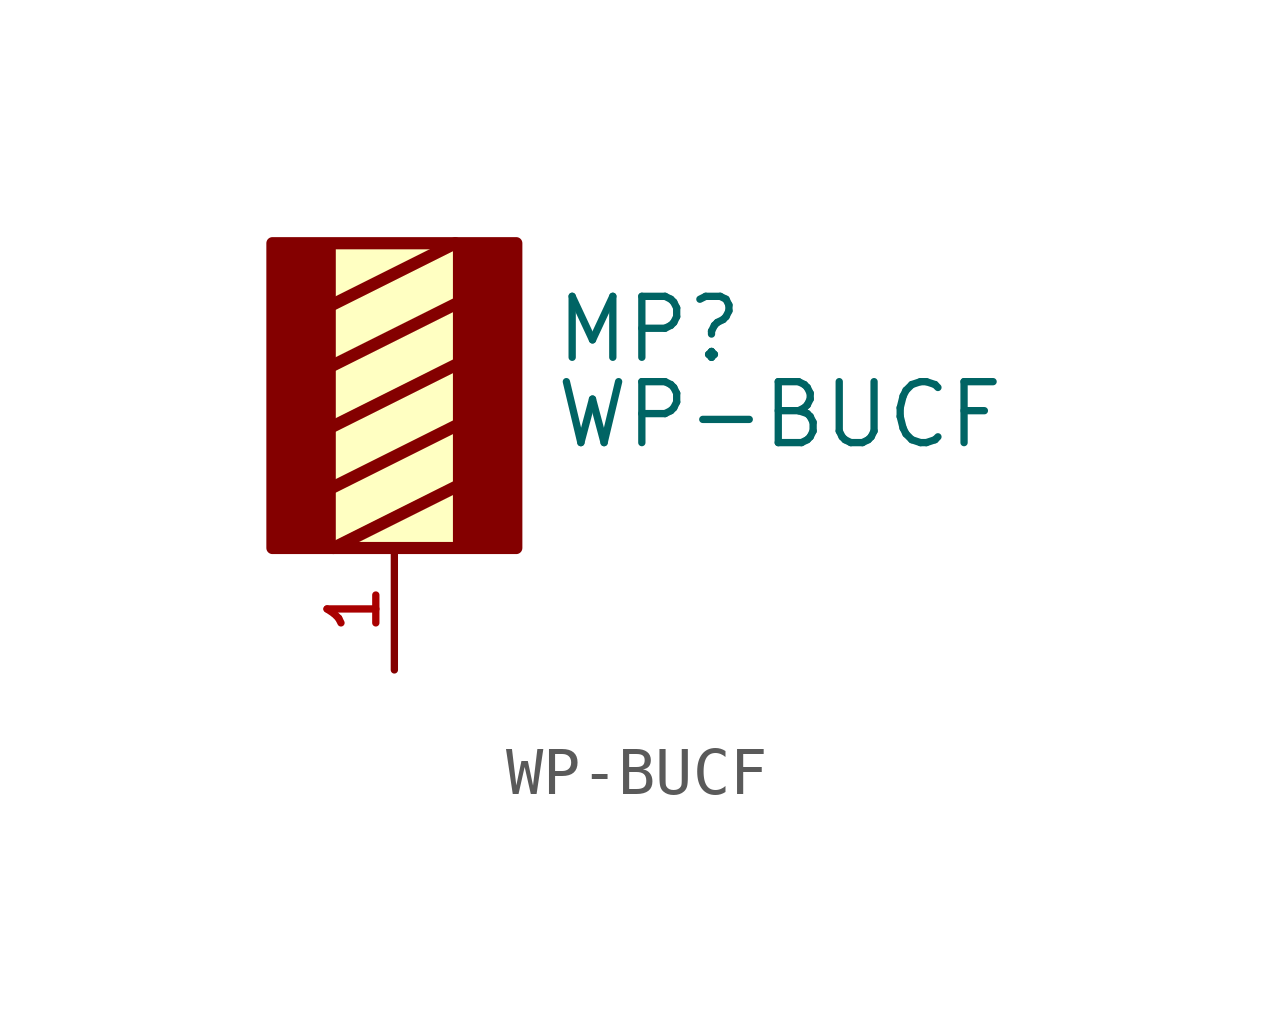
<source format=kicad_sym>
(kicad_symbol_lib
  (version 20211014)
  (generator kicad_symbol_editor)
  (symbol "WP-BUCF"
    (pin_names
      (offset 1.016))
    (property "Reference" "MP"
      (at 3.302 1.27 0)
      (effects (font (size 1.27 1.27)) (justify bottom left)))
    (property "Value" "WP-BUCF"
      (at 3.302 -0.508 0)
      (effects (font (size 1.27 1.27)) (justify bottom left)))
    (symbol "WP-BUCF_0_0"
      (rectangle (start -2.54 -2.54) (end -1.27 3.81) (stroke (width 0.1)) (fill (type outline)))
      (rectangle (start 1.27 -2.54) (end 2.54 3.81) (stroke (width 0.1)) (fill (type outline)))
      (polyline (pts (xy 1.27 2.54) (xy -1.27 1.27)) (stroke (width 0.254)))
      (polyline (pts (xy 1.27 1.27) (xy -1.27 0.0)) (stroke (width 0.254)))
      (polyline (pts (xy 1.27 0.0) (xy -1.27 -1.27)) (stroke (width 0.254)))
      (polyline (pts (xy 1.27 -1.27) (xy -1.27 -2.54)) (stroke (width 0.254)))
      (polyline (pts (xy -1.27 2.54) (xy 1.27 3.81)) (stroke (width 0.254)))
      (rectangle (start -2.54 -2.54) (end 2.54 3.81) (stroke (width 0.254)) (fill (type background)))
      (pin passive line (at 0.0 -5.08 90.0) (length 2.54) (name "~" (effects (font (size 1.016 1.016)))) (number "1" (effects (font (size 1.016 1.016))))))))
</source>
